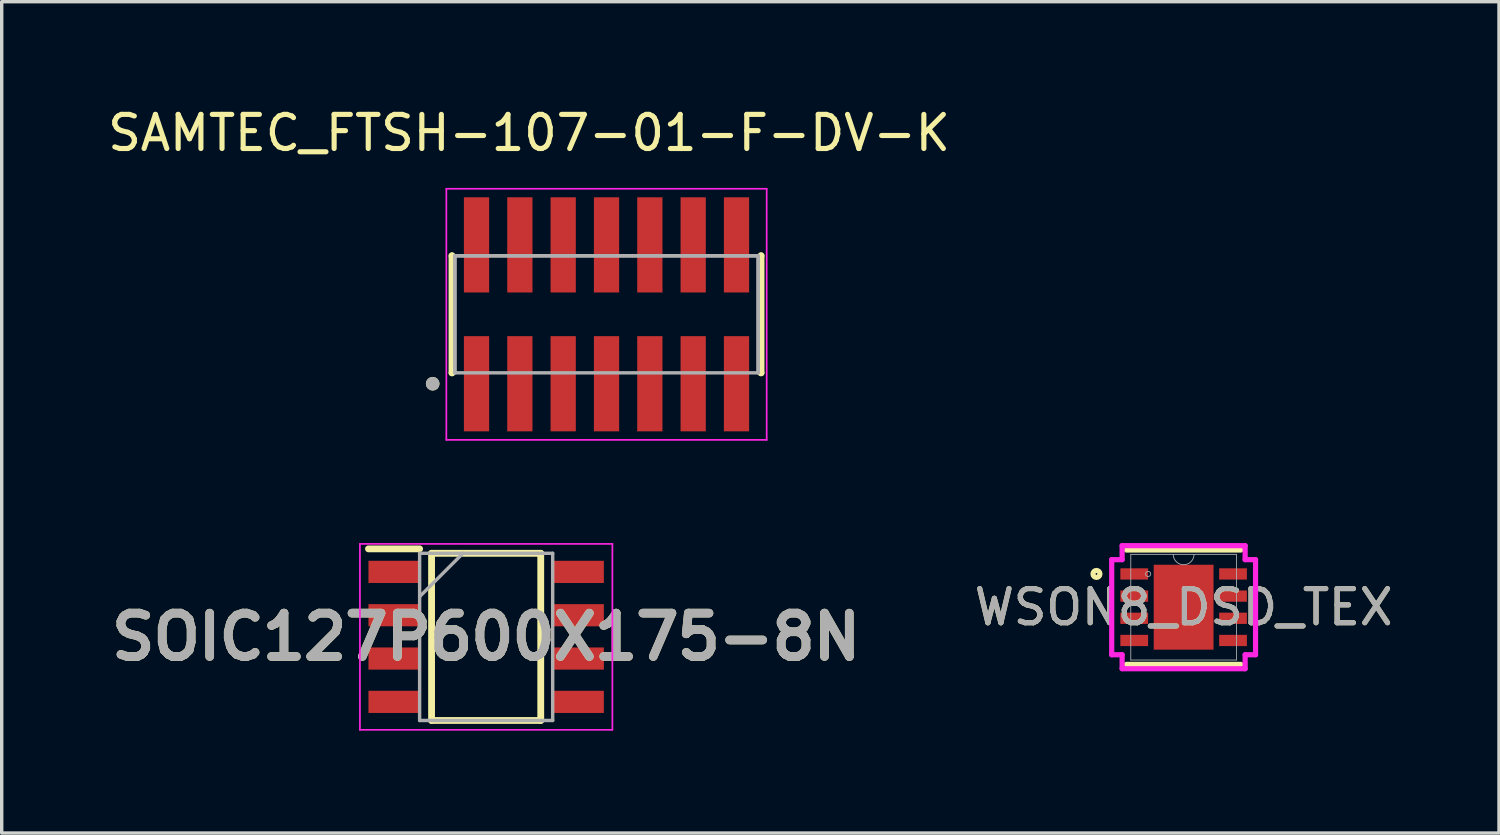
<source format=kicad_pcb>
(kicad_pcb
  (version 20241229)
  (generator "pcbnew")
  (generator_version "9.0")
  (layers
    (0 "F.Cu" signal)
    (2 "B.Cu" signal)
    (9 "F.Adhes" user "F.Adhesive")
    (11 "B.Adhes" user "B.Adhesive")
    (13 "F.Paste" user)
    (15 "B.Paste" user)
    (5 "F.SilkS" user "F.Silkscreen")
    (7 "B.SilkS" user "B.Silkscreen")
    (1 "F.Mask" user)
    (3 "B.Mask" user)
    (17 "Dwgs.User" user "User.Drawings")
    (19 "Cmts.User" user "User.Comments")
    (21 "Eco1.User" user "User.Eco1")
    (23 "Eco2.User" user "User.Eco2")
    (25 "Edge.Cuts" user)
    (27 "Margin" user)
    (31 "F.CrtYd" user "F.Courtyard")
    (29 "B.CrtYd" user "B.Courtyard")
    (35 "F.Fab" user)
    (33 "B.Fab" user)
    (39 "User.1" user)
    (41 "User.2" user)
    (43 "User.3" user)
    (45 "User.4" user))
  (footprint "WSON8_DSD_TEX"
    (layer "F.Cu")
    (at 31.644 14.748)
    (property "Reference" "WSON8_DSD_TEX" (at 0 0 0) (unlocked yes) (layer "F.SilkS") (effects (font (size 1 1) (thickness 0.15))))
    (attr smd)
    (fp_line (start -1.676 1.676) (end 1.676 1.676) (stroke (width 0.152) (type solid)) (layer "F.SilkS"))
    (fp_line (start 1.676 -1.676) (end -1.676 -1.676) (stroke (width 0.152) (type solid)) (layer "F.SilkS"))
    (fp_circle (center -2.555 -0.975) (end -2.453 -0.975) (stroke (width 0.152) (type solid)) (fill no) (layer "F.SilkS"))
    (fp_line (start -2.108 -1.394) (end -1.803 -1.394) (stroke (width 0.152) (type solid)) (layer "F.CrtYd"))
    (fp_line (start -2.108 1.394) (end -2.108 -1.394) (stroke (width 0.152) (type solid)) (layer "F.CrtYd"))
    (fp_line (start -2.108 1.394) (end -1.803 1.394) (stroke (width 0.152) (type solid)) (layer "F.CrtYd"))
    (fp_line (start -1.803 -1.803) (end 1.803 -1.803) (stroke (width 0.152) (type solid)) (layer "F.CrtYd"))
    (fp_line (start -1.803 -1.394) (end -1.803 -1.803) (stroke (width 0.152) (type solid)) (layer "F.CrtYd"))
    (fp_line (start -1.803 1.803) (end -1.803 1.394) (stroke (width 0.152) (type solid)) (layer "F.CrtYd"))
    (fp_line (start 1.803 -1.803) (end 1.803 -1.394) (stroke (width 0.152) (type solid)) (layer "F.CrtYd"))
    (fp_line (start 1.803 1.394) (end 1.803 1.803) (stroke (width 0.152) (type solid)) (layer "F.CrtYd"))
    (fp_line (start 1.803 1.803) (end -1.803 1.803) (stroke (width 0.152) (type solid)) (layer "F.CrtYd"))
    (fp_line (start 2.108 -1.394) (end 1.803 -1.394) (stroke (width 0.152) (type solid)) (layer "F.CrtYd"))
    (fp_line (start 2.108 -1.394) (end 2.108 1.394) (stroke (width 0.152) (type solid)) (layer "F.CrtYd"))
    (fp_line (start 2.108 1.394) (end 1.803 1.394) (stroke (width 0.152) (type solid)) (layer "F.CrtYd"))
    (fp_line (start -1.549 -1.549) (end -1.549 1.549) (stroke (width 0.025) (type solid)) (layer "F.Fab"))
    (fp_line (start -1.549 1.549) (end 1.549 1.549) (stroke (width 0.025) (type solid)) (layer "F.Fab"))
    (fp_line (start 1.549 -1.549) (end -1.549 -1.549) (stroke (width 0.025) (type solid)) (layer "F.Fab"))
    (fp_line (start 1.549 1.549) (end 1.549 -1.549) (stroke (width 0.025) (type solid)) (layer "F.Fab"))
    (fp_arc (start 0.3048 -1.5494) (mid 0 -1.2446) (end -0.3048 -1.5494) (stroke (width 0.0254) (type solid)) (layer "F.Fab"))
    (fp_circle (center -1.041 -0.975) (end -0.965 -0.975) (stroke (width 0.025) (type solid)) (fill no) (layer "F.Fab"))
    (fp_text user "${REFERENCE}" (at 0 0 0) (unlocked yes) (layer "F.Fab") (effects (font (size 1 1) (thickness 0.15))))
    (pad "1" smd rect (at -1.448 -0.975) (size 0.813 0.33) (layers "F.Cu" "F.Mask" "F.Paste"))
    (pad "2" smd rect (at -1.448 -0.325) (size 0.813 0.33) (layers "F.Cu" "F.Mask" "F.Paste"))
    (pad "3" smd rect (at -1.448 0.325) (size 0.813 0.33) (layers "F.Cu" "F.Mask" "F.Paste"))
    (pad "4" smd rect (at -1.448 0.975) (size 0.813 0.33) (layers "F.Cu" "F.Mask" "F.Paste"))
    (pad "5" smd rect (at 1.448 0.975) (size 0.813 0.33) (layers "F.Cu" "F.Mask" "F.Paste"))
    (pad "6" smd rect (at 1.448 0.325) (size 0.813 0.33) (layers "F.Cu" "F.Mask" "F.Paste"))
    (pad "7" smd rect (at 1.448 -0.325) (size 0.813 0.33) (layers "F.Cu" "F.Mask" "F.Paste"))
    (pad "8" smd rect (at 1.448 -0.975) (size 0.813 0.33) (layers "F.Cu" "F.Mask" "F.Paste"))
    (pad "9" smd rect (at 0 0) (size 1.753 2.489) (layers "F.Cu" "F.Mask" "F.Paste")))
  (footprint "SOIC127P600X175-8N"
    (layer "F.Cu")
    (at 11.2 15.618)
    (property "Reference" "SOIC127P600X175-8N" (at 0 0 0) (layer "F.SilkS") (effects (font (size 1.27 1.27) (thickness 0.254))))
    (attr smd)
    (fp_line (start -3.45 -2.58) (end -1.95 -2.58) (stroke (width 0.2) (type solid)) (layer "F.SilkS"))
    (fp_line (start -1.6 -2.45) (end 1.6 -2.45) (stroke (width 0.2) (type solid)) (layer "F.SilkS"))
    (fp_line (start -1.6 2.45) (end -1.6 -2.45) (stroke (width 0.2) (type solid)) (layer "F.SilkS"))
    (fp_line (start 1.6 -2.45) (end 1.6 2.45) (stroke (width 0.2) (type solid)) (layer "F.SilkS"))
    (fp_line (start 1.6 2.45) (end -1.6 2.45) (stroke (width 0.2) (type solid)) (layer "F.SilkS"))
    (fp_line (start -3.7 -2.725) (end 3.7 -2.725) (stroke (width 0.05) (type solid)) (layer "F.CrtYd"))
    (fp_line (start -3.7 2.725) (end -3.7 -2.725) (stroke (width 0.05) (type solid)) (layer "F.CrtYd"))
    (fp_line (start 3.7 -2.725) (end 3.7 2.725) (stroke (width 0.05) (type solid)) (layer "F.CrtYd"))
    (fp_line (start 3.7 2.725) (end -3.7 2.725) (stroke (width 0.05) (type solid)) (layer "F.CrtYd"))
    (fp_line (start -1.95 -2.45) (end 1.95 -2.45) (stroke (width 0.1) (type solid)) (layer "F.Fab"))
    (fp_line (start -1.95 -1.18) (end -0.68 -2.45) (stroke (width 0.1) (type solid)) (layer "F.Fab"))
    (fp_line (start -1.95 2.45) (end -1.95 -2.45) (stroke (width 0.1) (type solid)) (layer "F.Fab"))
    (fp_line (start 1.95 -2.45) (end 1.95 2.45) (stroke (width 0.1) (type solid)) (layer "F.Fab"))
    (fp_line (start 1.95 2.45) (end -1.95 2.45) (stroke (width 0.1) (type solid)) (layer "F.Fab"))
    (fp_text user "${REFERENCE}" (at 0 0 0) (layer "F.Fab") (effects (font (size 1.27 1.27) (thickness 0.254))))
    (pad "1" smd rect (at -2.7 -1.905 90) (size 0.65 1.5) (layers "F.Cu" "F.Mask" "F.Paste"))
    (pad "2" smd rect (at -2.7 -0.635 90) (size 0.65 1.5) (layers "F.Cu" "F.Mask" "F.Paste"))
    (pad "3" smd rect (at -2.7 0.635 90) (size 0.65 1.5) (layers "F.Cu" "F.Mask" "F.Paste"))
    (pad "4" smd rect (at -2.7 1.905 90) (size 0.65 1.5) (layers "F.Cu" "F.Mask" "F.Paste"))
    (pad "5" smd rect (at 2.7 1.905 90) (size 0.65 1.5) (layers "F.Cu" "F.Mask" "F.Paste"))
    (pad "6" smd rect (at 2.7 0.635 90) (size 0.65 1.5) (layers "F.Cu" "F.Mask" "F.Paste"))
    (pad "7" smd rect (at 2.7 -0.635 90) (size 0.65 1.5) (layers "F.Cu" "F.Mask" "F.Paste"))
    (pad "8" smd rect (at 2.7 -1.905 90) (size 0.65 1.5) (layers "F.Cu" "F.Mask" "F.Paste")))
  (footprint "SAMTEC_FTSH-107-01-F-DV-K"
    (layer "F.Cu")
    (at 14.728 6.163)
    (property "Reference" "SAMTEC_FTSH-107-01-F-DV-K" (at -2.27 -5.315 0) (layer "F.SilkS") (effects (font (size 1 1) (thickness 0.15))))
    (attr smd)
    (fp_line (start -4.53 -1.715) (end -4.53 -1.715) (stroke (width 0.2) (type solid)) (layer "F.SilkS"))
    (fp_line (start -4.53 1.715) (end -4.53 -1.715) (stroke (width 0.2) (type solid)) (layer "F.SilkS"))
    (fp_line (start -4.53 1.715) (end -4.53 1.715) (stroke (width 0.2) (type solid)) (layer "F.SilkS"))
    (fp_line (start 4.53 -1.715) (end 4.53 -1.715) (stroke (width 0.2) (type solid)) (layer "F.SilkS"))
    (fp_line (start 4.53 -1.715) (end 4.53 1.715) (stroke (width 0.2) (type solid)) (layer "F.SilkS"))
    (fp_line (start 4.53 1.715) (end 4.53 1.715) (stroke (width 0.2) (type solid)) (layer "F.SilkS"))
    (fp_circle (center -5.095 2.035) (end -4.995 2.035) (stroke (width 0.2) (type solid)) (fill no) (layer "F.SilkS"))
    (fp_line (start -4.695 -3.68) (end 4.695 -3.68) (stroke (width 0.05) (type solid)) (layer "F.CrtYd"))
    (fp_line (start -4.695 3.68) (end -4.695 -3.68) (stroke (width 0.05) (type solid)) (layer "F.CrtYd"))
    (fp_line (start 4.695 -3.68) (end 4.695 3.68) (stroke (width 0.05) (type solid)) (layer "F.CrtYd"))
    (fp_line (start 4.695 3.68) (end -4.695 3.68) (stroke (width 0.05) (type solid)) (layer "F.CrtYd"))
    (fp_line (start -4.445 -1.715) (end 4.445 -1.715) (stroke (width 0.1) (type solid)) (layer "F.Fab"))
    (fp_line (start -4.445 -1.715) (end 4.445 -1.715) (stroke (width 0.1) (type solid)) (layer "F.Fab"))
    (fp_line (start -4.445 1.715) (end -4.445 -1.715) (stroke (width 0.1) (type solid)) (layer "F.Fab"))
    (fp_line (start -4.445 1.715) (end -4.445 -1.715) (stroke (width 0.1) (type solid)) (layer "F.Fab"))
    (fp_line (start 4.445 -1.715) (end 4.445 1.715) (stroke (width 0.1) (type solid)) (layer "F.Fab"))
    (fp_line (start 4.445 -1.715) (end 4.445 1.715) (stroke (width 0.1) (type solid)) (layer "F.Fab"))
    (fp_line (start 4.445 1.715) (end -4.445 1.715) (stroke (width 0.1) (type solid)) (layer "F.Fab"))
    (fp_circle (center -5.095 2.035) (end -4.995 2.035) (stroke (width 0.2) (type solid)) (fill no) (layer "F.Fab"))
    (pad "01" smd rect (at -3.81 2.035) (size 0.74 2.79) (layers "F.Cu" "F.Mask" "F.Paste"))
    (pad "02" smd rect (at -3.81 -2.035) (size 0.74 2.79) (layers "F.Cu" "F.Mask" "F.Paste"))
    (pad "03" smd rect (at -2.54 2.035) (size 0.74 2.79) (layers "F.Cu" "F.Mask" "F.Paste"))
    (pad "04" smd rect (at -2.54 -2.035) (size 0.74 2.79) (layers "F.Cu" "F.Mask" "F.Paste"))
    (pad "05" smd rect (at -1.27 2.035) (size 0.74 2.79) (layers "F.Cu" "F.Mask" "F.Paste"))
    (pad "06" smd rect (at -1.27 -2.035) (size 0.74 2.79) (layers "F.Cu" "F.Mask" "F.Paste"))
    (pad "07" smd rect (at 0 2.035) (size 0.74 2.79) (layers "F.Cu" "F.Mask" "F.Paste"))
    (pad "08" smd rect (at 0 -2.035) (size 0.74 2.79) (layers "F.Cu" "F.Mask" "F.Paste"))
    (pad "09" smd rect (at 1.27 2.035) (size 0.74 2.79) (layers "F.Cu" "F.Mask" "F.Paste"))
    (pad "10" smd rect (at 1.27 -2.035) (size 0.74 2.79) (layers "F.Cu" "F.Mask" "F.Paste"))
    (pad "11" smd rect (at 2.54 2.035) (size 0.74 2.79) (layers "F.Cu" "F.Mask" "F.Paste"))
    (pad "12" smd rect (at 2.54 -2.035) (size 0.74 2.79) (layers "F.Cu" "F.Mask" "F.Paste"))
    (pad "13" smd rect (at 3.81 2.035) (size 0.74 2.79) (layers "F.Cu" "F.Mask" "F.Paste"))
    (pad "14" smd rect (at 3.81 -2.035) (size 0.74 2.79) (layers "F.Cu" "F.Mask" "F.Paste")))
  (gr_rect
    (start -3 -3)
    (end 40.888 21.368)
    (stroke (width 0.1) (type default))
    (fill no)
    (layer "Edge.Cuts")))
</source>
